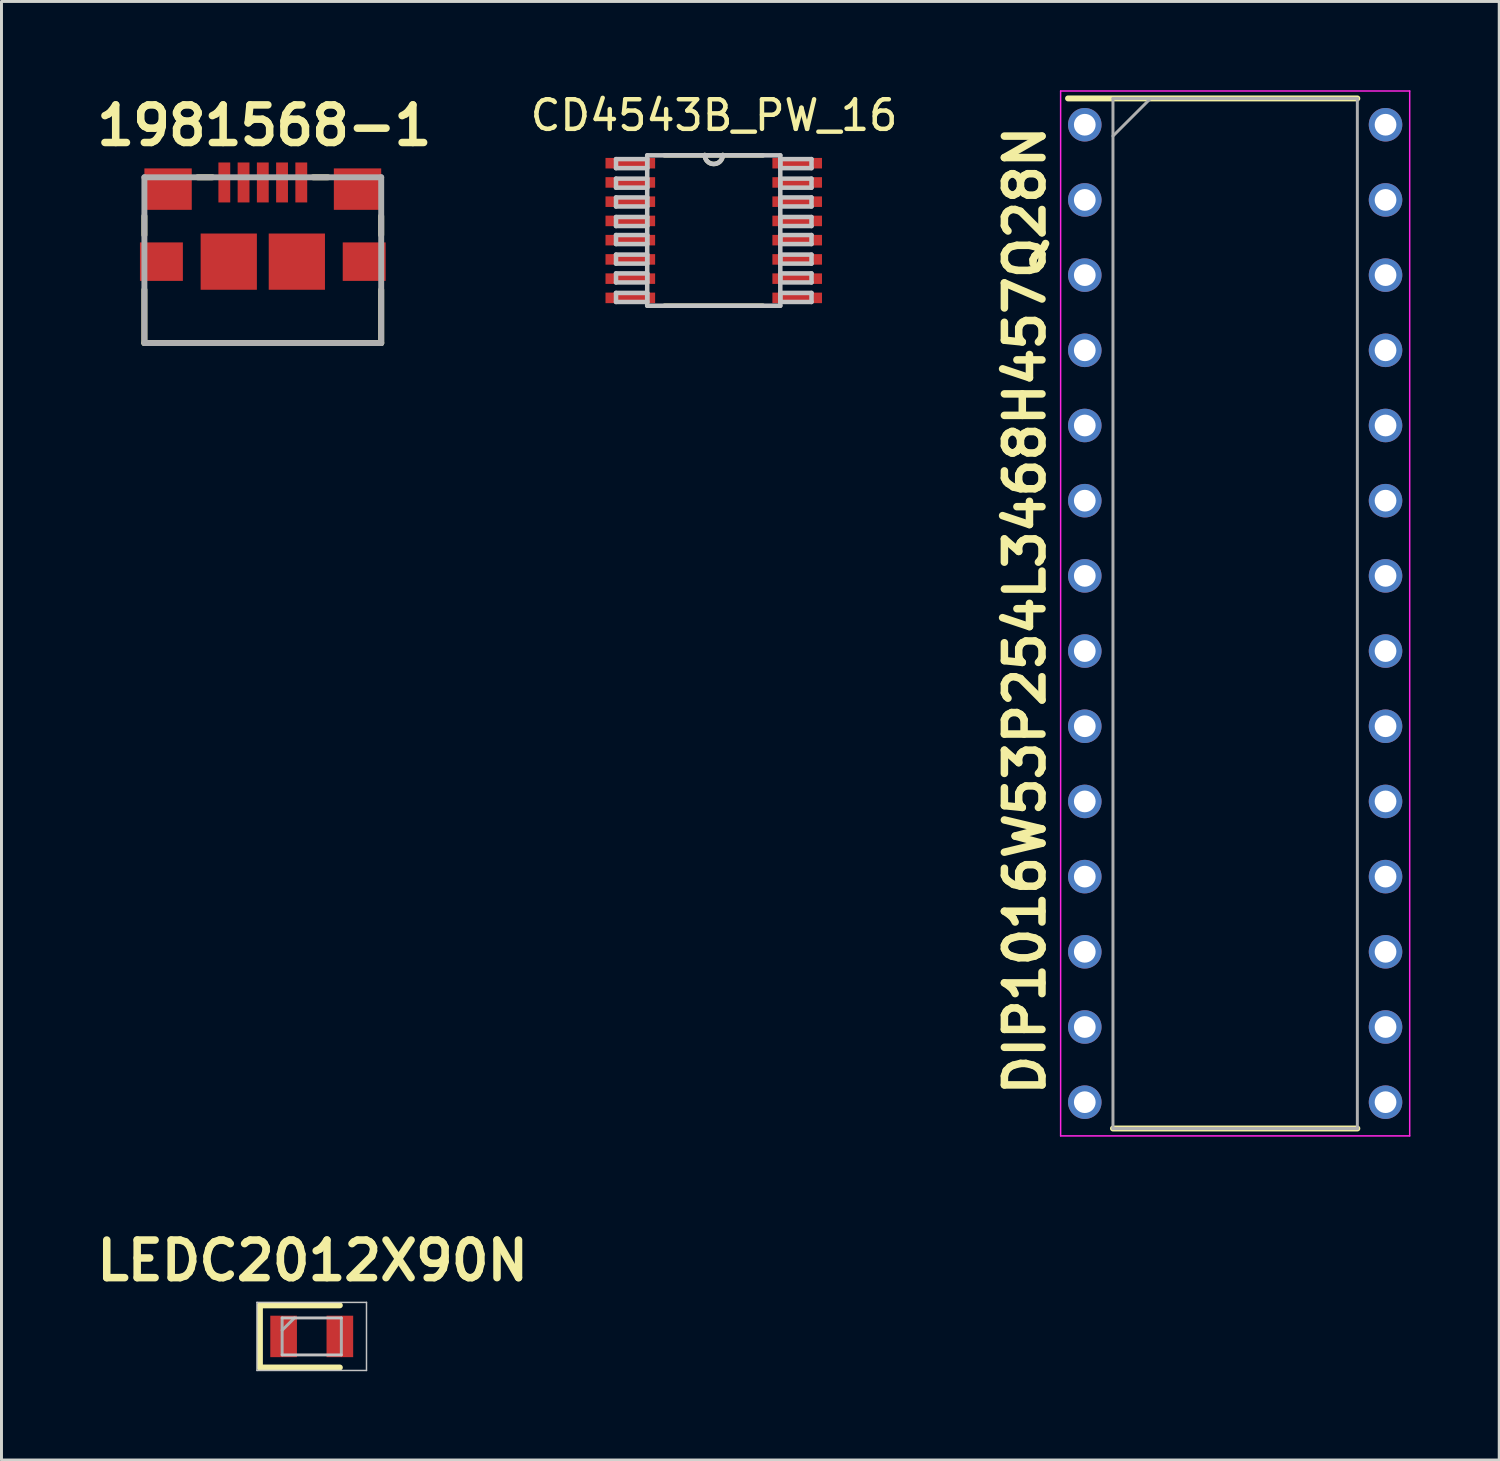
<source format=kicad_pcb>
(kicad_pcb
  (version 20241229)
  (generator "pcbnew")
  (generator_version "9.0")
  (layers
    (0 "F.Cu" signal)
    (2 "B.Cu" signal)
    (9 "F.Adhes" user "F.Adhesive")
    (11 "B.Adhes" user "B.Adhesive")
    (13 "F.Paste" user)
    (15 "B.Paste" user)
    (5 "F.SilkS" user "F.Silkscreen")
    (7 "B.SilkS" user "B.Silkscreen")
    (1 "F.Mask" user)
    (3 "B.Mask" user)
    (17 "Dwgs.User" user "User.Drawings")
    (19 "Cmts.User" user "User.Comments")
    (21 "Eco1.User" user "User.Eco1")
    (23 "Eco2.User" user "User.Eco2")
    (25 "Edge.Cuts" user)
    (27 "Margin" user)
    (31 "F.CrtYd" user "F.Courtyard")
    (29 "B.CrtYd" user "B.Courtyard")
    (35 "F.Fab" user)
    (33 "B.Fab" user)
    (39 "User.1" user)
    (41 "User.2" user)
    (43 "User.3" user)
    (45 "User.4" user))
  (footprint "DIP1016W53P254L3468H457Q28N"
    (layer "F.Cu")
    (at 38.676 17.674)
    (property "Reference" "DIP1016W53P254L3468H457Q28N" (at -7.1 -0.1 90) (layer "F.SilkS") (effects (font (size 1.27 1.27) (thickness 0.254))))
    (attr through_hole)
    (fp_line (start -5.646 -17.399) (end 4.128 -17.399) (stroke (width 0.2) (type solid)) (layer "F.SilkS"))
    (fp_line (start -4.128 17.399) (end 4.128 17.399) (stroke (width 0.2) (type solid)) (layer "F.SilkS"))
    (fp_line (start -5.896 -17.649) (end 5.896 -17.649) (stroke (width 0.05) (type solid)) (layer "F.CrtYd"))
    (fp_line (start -5.896 17.649) (end -5.896 -17.649) (stroke (width 0.05) (type solid)) (layer "F.CrtYd"))
    (fp_line (start 5.896 -17.649) (end 5.896 17.649) (stroke (width 0.05) (type solid)) (layer "F.CrtYd"))
    (fp_line (start 5.896 17.649) (end -5.896 17.649) (stroke (width 0.05) (type solid)) (layer "F.CrtYd"))
    (fp_line (start -4.128 -17.399) (end 4.128 -17.399) (stroke (width 0.1) (type solid)) (layer "F.Fab"))
    (fp_line (start -4.128 -16.129) (end -2.858 -17.399) (stroke (width 0.1) (type solid)) (layer "F.Fab"))
    (fp_line (start -4.128 17.399) (end -4.128 -17.399) (stroke (width 0.1) (type solid)) (layer "F.Fab"))
    (fp_line (start 4.128 -17.399) (end 4.128 17.399) (stroke (width 0.1) (type solid)) (layer "F.Fab"))
    (fp_line (start 4.128 17.399) (end -4.128 17.399) (stroke (width 0.1) (type solid)) (layer "F.Fab"))
    (pad "1" thru_hole circle (at -5.08 -16.51) (size 1.133 1.133) (drill 0.733) (layers "*.Cu" "*.Mask"))
    (pad "2" thru_hole circle (at -5.08 -13.97) (size 1.133 1.133) (drill 0.733) (layers "*.Cu" "*.Mask"))
    (pad "3" thru_hole circle (at -5.08 -11.43) (size 1.133 1.133) (drill 0.733) (layers "*.Cu" "*.Mask"))
    (pad "4" thru_hole circle (at -5.08 -8.89) (size 1.133 1.133) (drill 0.733) (layers "*.Cu" "*.Mask"))
    (pad "5" thru_hole circle (at -5.08 -6.35) (size 1.133 1.133) (drill 0.733) (layers "*.Cu" "*.Mask"))
    (pad "6" thru_hole circle (at -5.08 -3.81) (size 1.133 1.133) (drill 0.733) (layers "*.Cu" "*.Mask"))
    (pad "7" thru_hole circle (at -5.08 -1.27) (size 1.133 1.133) (drill 0.733) (layers "*.Cu" "*.Mask"))
    (pad "8" thru_hole circle (at -5.08 1.27) (size 1.133 1.133) (drill 0.733) (layers "*.Cu" "*.Mask"))
    (pad "9" thru_hole circle (at -5.08 3.81) (size 1.133 1.133) (drill 0.733) (layers "*.Cu" "*.Mask"))
    (pad "10" thru_hole circle (at -5.08 6.35) (size 1.133 1.133) (drill 0.733) (layers "*.Cu" "*.Mask"))
    (pad "11" thru_hole circle (at -5.08 8.89) (size 1.133 1.133) (drill 0.733) (layers "*.Cu" "*.Mask"))
    (pad "12" thru_hole circle (at -5.08 11.43) (size 1.133 1.133) (drill 0.733) (layers "*.Cu" "*.Mask"))
    (pad "13" thru_hole circle (at -5.08 13.97) (size 1.133 1.133) (drill 0.733) (layers "*.Cu" "*.Mask"))
    (pad "14" thru_hole circle (at -5.08 16.51) (size 1.133 1.133) (drill 0.733) (layers "*.Cu" "*.Mask"))
    (pad "15" thru_hole circle (at 5.08 16.51) (size 1.133 1.133) (drill 0.733) (layers "*.Cu" "*.Mask"))
    (pad "16" thru_hole circle (at 5.08 13.97) (size 1.133 1.133) (drill 0.733) (layers "*.Cu" "*.Mask"))
    (pad "17" thru_hole circle (at 5.08 11.43) (size 1.133 1.133) (drill 0.733) (layers "*.Cu" "*.Mask"))
    (pad "18" thru_hole circle (at 5.08 8.89) (size 1.133 1.133) (drill 0.733) (layers "*.Cu" "*.Mask"))
    (pad "19" thru_hole circle (at 5.08 6.35) (size 1.133 1.133) (drill 0.733) (layers "*.Cu" "*.Mask"))
    (pad "20" thru_hole circle (at 5.08 3.81) (size 1.133 1.133) (drill 0.733) (layers "*.Cu" "*.Mask"))
    (pad "21" thru_hole circle (at 5.08 1.27) (size 1.133 1.133) (drill 0.733) (layers "*.Cu" "*.Mask"))
    (pad "22" thru_hole circle (at 5.08 -1.27) (size 1.133 1.133) (drill 0.733) (layers "*.Cu" "*.Mask"))
    (pad "23" thru_hole circle (at 5.08 -3.81) (size 1.133 1.133) (drill 0.733) (layers "*.Cu" "*.Mask"))
    (pad "24" thru_hole circle (at 5.08 -6.35) (size 1.133 1.133) (drill 0.733) (layers "*.Cu" "*.Mask"))
    (pad "25" thru_hole circle (at 5.08 -8.89) (size 1.133 1.133) (drill 0.733) (layers "*.Cu" "*.Mask"))
    (pad "26" thru_hole circle (at 5.08 -11.43) (size 1.133 1.133) (drill 0.733) (layers "*.Cu" "*.Mask"))
    (pad "27" thru_hole circle (at 5.08 -13.97) (size 1.133 1.133) (drill 0.733) (layers "*.Cu" "*.Mask"))
    (pad "28" thru_hole circle (at 5.08 -16.51) (size 1.133 1.133) (drill 0.733) (layers "*.Cu" "*.Mask")))
  (footprint "1981568-1"
    (layer "F.Cu")
    (at 5.828 8.539)
    (property "Reference" "1981568-1" (at 0.05 -7.35 0) (layer "F.SilkS") (effects (font (size 1.27 1.27) (thickness 0.254))))
    (attr smd)
    (fp_line (start -4 -4.29) (end -4 -3.65) (stroke (width 0.2) (type solid)) (layer "F.SilkS"))
    (fp_line (start -4 0) (end -4 -1.8) (stroke (width 0.2) (type solid)) (layer "F.SilkS"))
    (fp_line (start -4 0) (end 4 0) (stroke (width 0.2) (type solid)) (layer "F.SilkS"))
    (fp_line (start -2.2 -5.6) (end -1.7 -5.6) (stroke (width 0.2) (type solid)) (layer "F.SilkS"))
    (fp_line (start 1.7 -5.6) (end 2.2 -5.6) (stroke (width 0.2) (type solid)) (layer "F.SilkS"))
    (fp_line (start 4 -4.29) (end 4 -3.65) (stroke (width 0.2) (type solid)) (layer "F.SilkS"))
    (fp_line (start 4 0) (end 4 -1.8) (stroke (width 0.2) (type solid)) (layer "F.SilkS"))
    (fp_line (start -4 -5.6) (end 4 -5.6) (stroke (width 0.2) (type solid)) (layer "F.Fab"))
    (fp_line (start -4 0) (end -4 -5.6) (stroke (width 0.2) (type solid)) (layer "F.Fab"))
    (fp_line (start 4 -5.6) (end 4 0) (stroke (width 0.2) (type solid)) (layer "F.Fab"))
    (fp_line (start 4 0) (end -4 0) (stroke (width 0.2) (type solid)) (layer "F.Fab"))
    (pad "1" smd rect (at -1.3 -5.425) (size 0.4 1.35) (layers "F.Cu" "F.Mask" "F.Paste"))
    (pad "2" smd rect (at -0.65 -5.425) (size 0.4 1.35) (layers "F.Cu" "F.Mask" "F.Paste"))
    (pad "3" smd rect (at 0 -5.425) (size 0.4 1.35) (layers "F.Cu" "F.Mask" "F.Paste"))
    (pad "4" smd rect (at 0.65 -5.425) (size 0.4 1.35) (layers "F.Cu" "F.Mask" "F.Paste"))
    (pad "5" smd rect (at 1.3 -5.425) (size 0.4 1.35) (layers "F.Cu" "F.Mask" "F.Paste"))
    (pad "6" smd rect (at -3.2 -5.2 90) (size 1.4 1.6) (layers "F.Cu" "F.Mask" "F.Paste"))
    (pad "7" smd rect (at 3.2 -5.2 90) (size 1.4 1.6) (layers "F.Cu" "F.Mask" "F.Paste"))
    (pad "8" smd rect (at -3.425 -2.75 90) (size 1.3 1.45) (layers "F.Cu" "F.Mask" "F.Paste"))
    (pad "9" smd rect (at 3.425 -2.75 90) (size 1.3 1.45) (layers "F.Cu" "F.Mask" "F.Paste"))
    (pad "10" smd rect (at -1.15 -2.75 90) (size 1.9 1.9) (layers "F.Cu" "F.Mask" "F.Paste"))
    (pad "11" smd rect (at 1.15 -2.75 90) (size 1.9 1.9) (layers "F.Cu" "F.Mask" "F.Paste")))
  (footprint "LEDC2012X90N"
    (layer "F.Cu")
    (at 7.481 42.097)
    (property "Reference" "LEDC2012X90N" (at 0.03 -2.56 0) (layer "F.SilkS") (effects (font (size 1.27 1.27) (thickness 0.254))))
    (attr smd)
    (fp_line (start -1.75 -1.05) (end -1.75 1.05) (stroke (width 0.2) (type solid)) (layer "F.SilkS"))
    (fp_line (start -1.75 1.05) (end 0.95 1.05) (stroke (width 0.2) (type solid)) (layer "F.SilkS"))
    (fp_line (start 0.95 -1.05) (end -1.75 -1.05) (stroke (width 0.2) (type solid)) (layer "F.SilkS"))
    (fp_line (start -1.85 -1.15) (end 1.85 -1.15) (stroke (width 0.05) (type solid)) (layer "Dwgs.User"))
    (fp_line (start -1.85 1.15) (end -1.85 -1.15) (stroke (width 0.05) (type solid)) (layer "Dwgs.User"))
    (fp_line (start -1 -0.625) (end 1 -0.625) (stroke (width 0.1) (type solid)) (layer "Dwgs.User"))
    (fp_line (start 1 0.625) (end -1 0.625) (stroke (width 0.1) (type solid)) (layer "Dwgs.User"))
    (fp_line (start 1.85 -1.15) (end 1.85 1.15) (stroke (width 0.05) (type solid)) (layer "Dwgs.User"))
    (fp_line (start 1.85 1.15) (end -1.85 1.15) (stroke (width 0.05) (type solid)) (layer "Dwgs.User"))
    (fp_line (start -1 -0.208) (end -0.583 -0.625) (stroke (width 0.1) (type solid)) (layer "F.Fab"))
    (fp_line (start -1 0.625) (end -1 -0.625) (stroke (width 0.1) (type solid)) (layer "F.Fab"))
    (fp_line (start 1 -0.625) (end 1 0.625) (stroke (width 0.1) (type solid)) (layer "F.Fab"))
    (pad "1" smd rect (at -0.95 0) (size 0.9 1.4) (layers "F.Cu" "F.Mask" "F.Paste"))
    (pad "2" smd rect (at 0.95 0) (size 0.9 1.4) (layers "F.Cu" "F.Mask" "F.Paste")))
  (footprint "CD4543B_PW_16"
    (layer "F.Cu")
    (at 21.062 4.738)
    (property "Reference" "CD4543B_PW_16" (at 0.01 -3.89 0) (layer "F.SilkS") (effects (font (size 1 1) (thickness 0.15))))
    (attr through_hole)
    (fp_line (start -1.664 2.54) (end 1.664 2.54) (stroke (width 0.152) (type solid)) (layer "F.SilkS"))
    (fp_line (start 1.664 -2.54) (end -1.664 -2.54) (stroke (width 0.152) (type solid)) (layer "F.SilkS"))
    (fp_arc (start 0.3048 -2.5527) (mid 0 -2.2479) (end -0.3048 -2.5527) (stroke (width 0.1524) (type solid)) (layer "F.SilkS"))
    (fp_line (start -3.302 -2.413) (end -3.302 -2.108) (stroke (width 0.152) (type solid)) (layer "Dwgs.User"))
    (fp_line (start -3.302 -2.108) (end -2.248 -2.108) (stroke (width 0.152) (type solid)) (layer "Dwgs.User"))
    (fp_line (start -3.302 -1.753) (end -3.302 -1.448) (stroke (width 0.152) (type solid)) (layer "Dwgs.User"))
    (fp_line (start -3.302 -1.448) (end -2.248 -1.448) (stroke (width 0.152) (type solid)) (layer "Dwgs.User"))
    (fp_line (start -3.302 -1.118) (end -3.302 -0.813) (stroke (width 0.152) (type solid)) (layer "Dwgs.User"))
    (fp_line (start -3.302 -0.813) (end -2.248 -0.813) (stroke (width 0.152) (type solid)) (layer "Dwgs.User"))
    (fp_line (start -3.302 -0.457) (end -3.302 -0.152) (stroke (width 0.152) (type solid)) (layer "Dwgs.User"))
    (fp_line (start -3.302 -0.152) (end -2.248 -0.152) (stroke (width 0.152) (type solid)) (layer "Dwgs.User"))
    (fp_line (start -3.302 0.152) (end -3.302 0.457) (stroke (width 0.152) (type solid)) (layer "Dwgs.User"))
    (fp_line (start -3.302 0.457) (end -2.248 0.457) (stroke (width 0.152) (type solid)) (layer "Dwgs.User"))
    (fp_line (start -3.302 0.813) (end -3.302 1.118) (stroke (width 0.152) (type solid)) (layer "Dwgs.User"))
    (fp_line (start -3.302 1.118) (end -2.248 1.118) (stroke (width 0.152) (type solid)) (layer "Dwgs.User"))
    (fp_line (start -3.302 1.448) (end -3.302 1.753) (stroke (width 0.152) (type solid)) (layer "Dwgs.User"))
    (fp_line (start -3.302 1.753) (end -2.248 1.753) (stroke (width 0.152) (type solid)) (layer "Dwgs.User"))
    (fp_line (start -3.302 2.108) (end -3.302 2.413) (stroke (width 0.152) (type solid)) (layer "Dwgs.User"))
    (fp_line (start -3.302 2.413) (end -2.248 2.413) (stroke (width 0.152) (type solid)) (layer "Dwgs.User"))
    (fp_line (start -2.248 -2.54) (end -2.248 2.54) (stroke (width 0.152) (type solid)) (layer "Dwgs.User"))
    (fp_line (start -2.248 -2.413) (end -3.302 -2.413) (stroke (width 0.152) (type solid)) (layer "Dwgs.User"))
    (fp_line (start -2.248 -2.108) (end -2.248 -2.413) (stroke (width 0.152) (type solid)) (layer "Dwgs.User"))
    (fp_line (start -2.248 -1.753) (end -3.302 -1.753) (stroke (width 0.152) (type solid)) (layer "Dwgs.User"))
    (fp_line (start -2.248 -1.448) (end -2.248 -1.753) (stroke (width 0.152) (type solid)) (layer "Dwgs.User"))
    (fp_line (start -2.248 -1.118) (end -3.302 -1.118) (stroke (width 0.152) (type solid)) (layer "Dwgs.User"))
    (fp_line (start -2.248 -0.813) (end -2.248 -1.118) (stroke (width 0.152) (type solid)) (layer "Dwgs.User"))
    (fp_line (start -2.248 -0.457) (end -3.302 -0.457) (stroke (width 0.152) (type solid)) (layer "Dwgs.User"))
    (fp_line (start -2.248 -0.152) (end -2.248 -0.457) (stroke (width 0.152) (type solid)) (layer "Dwgs.User"))
    (fp_line (start -2.248 0.152) (end -3.302 0.152) (stroke (width 0.152) (type solid)) (layer "Dwgs.User"))
    (fp_line (start -2.248 0.457) (end -2.248 0.152) (stroke (width 0.152) (type solid)) (layer "Dwgs.User"))
    (fp_line (start -2.248 0.813) (end -3.302 0.813) (stroke (width 0.152) (type solid)) (layer "Dwgs.User"))
    (fp_line (start -2.248 1.118) (end -2.248 0.813) (stroke (width 0.152) (type solid)) (layer "Dwgs.User"))
    (fp_line (start -2.248 1.448) (end -3.302 1.448) (stroke (width 0.152) (type solid)) (layer "Dwgs.User"))
    (fp_line (start -2.248 1.753) (end -2.248 1.448) (stroke (width 0.152) (type solid)) (layer "Dwgs.User"))
    (fp_line (start -2.248 2.108) (end -3.302 2.108) (stroke (width 0.152) (type solid)) (layer "Dwgs.User"))
    (fp_line (start -2.248 2.413) (end -2.248 2.108) (stroke (width 0.152) (type solid)) (layer "Dwgs.User"))
    (fp_line (start -2.248 2.54) (end 2.248 2.54) (stroke (width 0.152) (type solid)) (layer "Dwgs.User"))
    (fp_line (start 2.248 -2.54) (end -2.248 -2.54) (stroke (width 0.152) (type solid)) (layer "Dwgs.User"))
    (fp_line (start 2.248 -2.413) (end 2.248 -2.108) (stroke (width 0.152) (type solid)) (layer "Dwgs.User"))
    (fp_line (start 2.248 -2.108) (end 3.302 -2.108) (stroke (width 0.152) (type solid)) (layer "Dwgs.User"))
    (fp_line (start 2.248 -1.753) (end 2.248 -1.448) (stroke (width 0.152) (type solid)) (layer "Dwgs.User"))
    (fp_line (start 2.248 -1.448) (end 3.302 -1.448) (stroke (width 0.152) (type solid)) (layer "Dwgs.User"))
    (fp_line (start 2.248 -1.118) (end 2.248 -0.813) (stroke (width 0.152) (type solid)) (layer "Dwgs.User"))
    (fp_line (start 2.248 -0.813) (end 3.302 -0.813) (stroke (width 0.152) (type solid)) (layer "Dwgs.User"))
    (fp_line (start 2.248 -0.457) (end 2.248 -0.152) (stroke (width 0.152) (type solid)) (layer "Dwgs.User"))
    (fp_line (start 2.248 -0.152) (end 3.302 -0.152) (stroke (width 0.152) (type solid)) (layer "Dwgs.User"))
    (fp_line (start 2.248 0.152) (end 2.248 0.457) (stroke (width 0.152) (type solid)) (layer "Dwgs.User"))
    (fp_line (start 2.248 0.457) (end 3.302 0.457) (stroke (width 0.152) (type solid)) (layer "Dwgs.User"))
    (fp_line (start 2.248 0.813) (end 2.248 1.118) (stroke (width 0.152) (type solid)) (layer "Dwgs.User"))
    (fp_line (start 2.248 1.118) (end 3.302 1.118) (stroke (width 0.152) (type solid)) (layer "Dwgs.User"))
    (fp_line (start 2.248 1.448) (end 2.248 1.753) (stroke (width 0.152) (type solid)) (layer "Dwgs.User"))
    (fp_line (start 2.248 1.753) (end 3.302 1.753) (stroke (width 0.152) (type solid)) (layer "Dwgs.User"))
    (fp_line (start 2.248 2.108) (end 2.248 2.413) (stroke (width 0.152) (type solid)) (layer "Dwgs.User"))
    (fp_line (start 2.248 2.413) (end 3.302 2.413) (stroke (width 0.152) (type solid)) (layer "Dwgs.User"))
    (fp_line (start 2.248 2.54) (end 2.248 -2.54) (stroke (width 0.152) (type solid)) (layer "Dwgs.User"))
    (fp_line (start 3.302 -2.413) (end 2.248 -2.413) (stroke (width 0.152) (type solid)) (layer "Dwgs.User"))
    (fp_line (start 3.302 -2.108) (end 3.302 -2.413) (stroke (width 0.152) (type solid)) (layer "Dwgs.User"))
    (fp_line (start 3.302 -1.753) (end 2.248 -1.753) (stroke (width 0.152) (type solid)) (layer "Dwgs.User"))
    (fp_line (start 3.302 -1.448) (end 3.302 -1.753) (stroke (width 0.152) (type solid)) (layer "Dwgs.User"))
    (fp_line (start 3.302 -1.118) (end 2.248 -1.118) (stroke (width 0.152) (type solid)) (layer "Dwgs.User"))
    (fp_line (start 3.302 -0.813) (end 3.302 -1.118) (stroke (width 0.152) (type solid)) (layer "Dwgs.User"))
    (fp_line (start 3.302 -0.457) (end 2.248 -0.457) (stroke (width 0.152) (type solid)) (layer "Dwgs.User"))
    (fp_line (start 3.302 -0.152) (end 3.302 -0.457) (stroke (width 0.152) (type solid)) (layer "Dwgs.User"))
    (fp_line (start 3.302 0.152) (end 2.248 0.152) (stroke (width 0.152) (type solid)) (layer "Dwgs.User"))
    (fp_line (start 3.302 0.457) (end 3.302 0.152) (stroke (width 0.152) (type solid)) (layer "Dwgs.User"))
    (fp_line (start 3.302 0.813) (end 2.248 0.813) (stroke (width 0.152) (type solid)) (layer "Dwgs.User"))
    (fp_line (start 3.302 1.118) (end 3.302 0.813) (stroke (width 0.152) (type solid)) (layer "Dwgs.User"))
    (fp_line (start 3.302 1.448) (end 2.248 1.448) (stroke (width 0.152) (type solid)) (layer "Dwgs.User"))
    (fp_line (start 3.302 1.753) (end 3.302 1.448) (stroke (width 0.152) (type solid)) (layer "Dwgs.User"))
    (fp_line (start 3.302 2.108) (end 2.248 2.108) (stroke (width 0.152) (type solid)) (layer "Dwgs.User"))
    (fp_line (start 3.302 2.413) (end 3.302 2.108) (stroke (width 0.152) (type solid)) (layer "Dwgs.User"))
    (fp_arc (start 0.3048 -2.5527) (mid 0 -2.2479) (end -0.3048 -2.5527) (stroke (width 0.1524) (type solid)) (layer "Dwgs.User"))
    (pad "1" smd rect (at -2.819 -2.275) (size 1.676 0.356) (layers "F.Cu"))
    (pad "2" smd rect (at -2.819 -1.625) (size 1.676 0.356) (layers "F.Cu"))
    (pad "3" smd rect (at -2.819 -0.975) (size 1.676 0.356) (layers "F.Cu"))
    (pad "4" smd rect (at -2.819 -0.325) (size 1.676 0.356) (layers "F.Cu"))
    (pad "5" smd rect (at -2.819 0.325) (size 1.676 0.356) (layers "F.Cu"))
    (pad "6" smd rect (at -2.819 0.975) (size 1.676 0.356) (layers "F.Cu"))
    (pad "7" smd rect (at -2.819 1.625) (size 1.676 0.356) (layers "F.Cu"))
    (pad "8" smd rect (at -2.819 2.275) (size 1.676 0.356) (layers "F.Cu"))
    (pad "9" smd rect (at 2.819 2.275) (size 1.676 0.356) (layers "F.Cu"))
    (pad "10" smd rect (at 2.819 1.625) (size 1.676 0.356) (layers "F.Cu"))
    (pad "11" smd rect (at 2.819 0.975) (size 1.676 0.356) (layers "F.Cu"))
    (pad "12" smd rect (at 2.819 0.325) (size 1.676 0.356) (layers "F.Cu"))
    (pad "13" smd rect (at 2.819 -0.325) (size 1.676 0.356) (layers "F.Cu"))
    (pad "14" smd rect (at 2.819 -0.975) (size 1.676 0.356) (layers "F.Cu"))
    (pad "15" smd rect (at 2.819 -1.625) (size 1.676 0.356) (layers "F.Cu"))
    (pad "16" smd rect (at 2.819 -2.275) (size 1.676 0.356) (layers "F.Cu")))
  (gr_rect
    (start -3 -3)
    (end 47.597 46.272)
    (stroke (width 0.1) (type default))
    (fill no)
    (layer "Edge.Cuts")))
</source>
